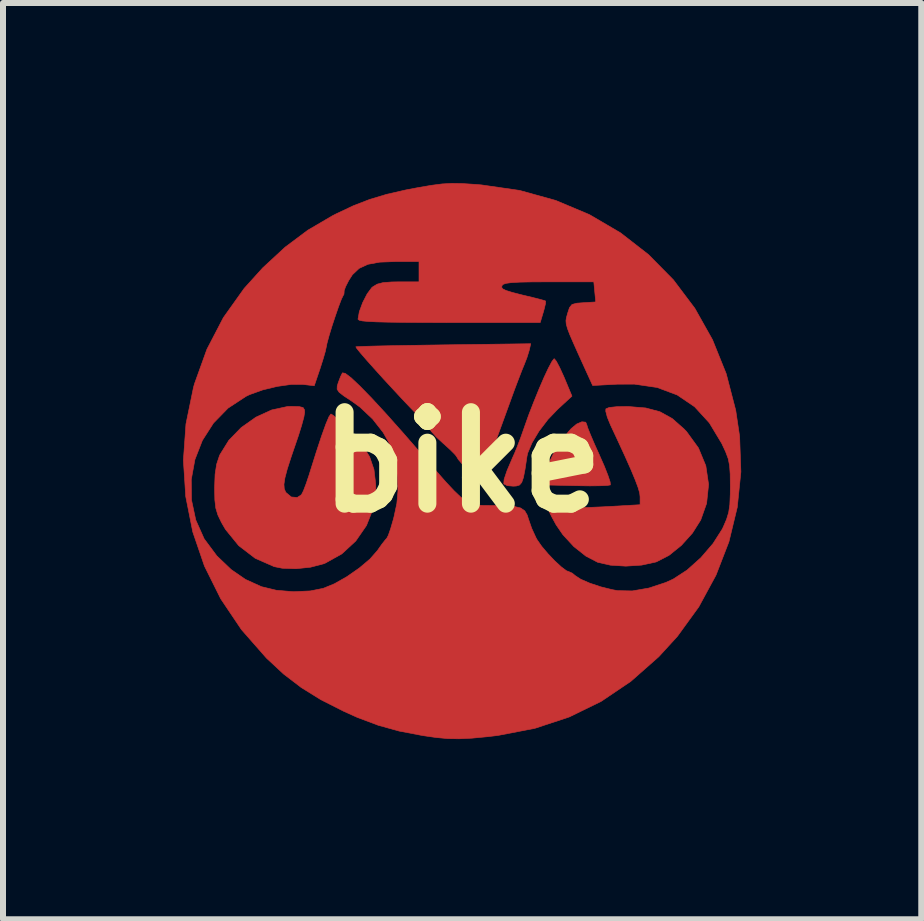
<source format=kicad_pcb>
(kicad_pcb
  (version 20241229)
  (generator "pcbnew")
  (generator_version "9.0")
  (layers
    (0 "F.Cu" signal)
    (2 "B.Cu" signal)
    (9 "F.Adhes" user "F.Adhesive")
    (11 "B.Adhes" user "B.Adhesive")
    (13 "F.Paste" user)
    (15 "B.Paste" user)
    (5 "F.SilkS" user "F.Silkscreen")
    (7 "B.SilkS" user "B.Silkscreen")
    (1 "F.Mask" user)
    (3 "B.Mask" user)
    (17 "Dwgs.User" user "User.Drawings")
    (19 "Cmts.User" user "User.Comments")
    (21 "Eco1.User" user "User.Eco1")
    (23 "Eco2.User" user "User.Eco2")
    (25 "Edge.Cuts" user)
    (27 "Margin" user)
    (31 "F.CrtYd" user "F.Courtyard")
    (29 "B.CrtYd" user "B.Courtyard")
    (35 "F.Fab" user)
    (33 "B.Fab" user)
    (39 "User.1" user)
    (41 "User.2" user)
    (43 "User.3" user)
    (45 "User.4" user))
  (footprint "bike"
    (layer "F.Cu")
    (at 4.65 4.651)
    (property "Reference" "bike" (at 0 0 0) (layer "F.SilkS") (effects (font (size 1.524 1.524) (thickness 0.3))))
    (attr through_hole)
    (fp_poly (pts (xy 2.057 -0.668) (xy 2.074 -0.629) (xy 2.091 -0.573) (xy 2.137 -0.458) (xy 2.205 -0.299) (xy 2.288 -0.115) (xy 2.288 -0.114) (xy 2.368 0.067) (xy 2.428 0.22) (xy 2.464 0.328) (xy 2.468 0.376) (xy 2.468 0.377) (xy 2.415 0.386) (xy 2.295 0.391) (xy 2.125 0.393) (xy 1.924 0.39) (xy 1.916 0.39) (xy 1.397 0.378) (xy 1.397 0.259) (xy 1.438 0.025) (xy 1.56 -0.229) (xy 1.765 -0.504) (xy 1.815 -0.561) (xy 1.906 -0.637) (xy 1.994 -0.675) (xy 2.057 -0.668)) (stroke (width 0.01) (type solid)) (fill yes) (layer "F.Cu"))
    (fp_poly (pts (xy 1.568 -1.683) (xy 1.622 -1.581) (xy 1.686 -1.441) (xy 1.701 -1.407) (xy 1.828 -1.102) (xy 1.593 -0.886) (xy 1.428 -0.714) (xy 1.279 -0.519) (xy 1.162 -0.324) (xy 1.09 -0.152) (xy 1.078 -0.095) (xy 1.047 0.113) (xy 1.02 0.253) (xy 0.991 0.336) (xy 0.954 0.379) (xy 0.901 0.395) (xy 0.851 0.398) (xy 0.75 0.389) (xy 0.694 0.361) (xy 0.692 0.358) (xy 0.698 0.283) (xy 0.747 0.138) (xy 0.838 -0.075) (xy 0.871 -0.148) (xy 0.914 -0.253) (xy 0.972 -0.405) (xy 1.031 -0.572) (xy 1.107 -0.787) (xy 1.193 -1.008) (xy 1.28 -1.222) (xy 1.363 -1.414) (xy 1.437 -1.572) (xy 1.495 -1.68) (xy 1.53 -1.725) (xy 1.534 -1.725) (xy 1.568 -1.683)) (stroke (width 0.01) (type solid)) (fill yes) (layer "F.Cu"))
    (fp_poly (pts (xy 2.766 -0.929) (xy 3.057 -0.905) (xy 3.293 -0.842) (xy 3.498 -0.729) (xy 3.696 -0.554) (xy 3.738 -0.51) (xy 3.935 -0.239) (xy 4.058 0.058) (xy 4.104 0.37) (xy 4.071 0.684) (xy 3.973 0.961) (xy 3.834 1.181) (xy 3.65 1.385) (xy 3.444 1.551) (xy 3.236 1.658) (xy 3.219 1.663) (xy 2.988 1.713) (xy 2.726 1.73) (xy 2.469 1.714) (xy 2.257 1.666) (xy 2.061 1.564) (xy 1.859 1.404) (xy 1.678 1.208) (xy 1.564 1.042) (xy 1.498 0.921) (xy 1.452 0.829) (xy 1.44 0.794) (xy 1.478 0.778) (xy 1.58 0.766) (xy 1.722 0.762) (xy 1.725 0.762) (xy 1.892 0.759) (xy 2.109 0.752) (xy 2.344 0.742) (xy 2.487 0.734) (xy 2.963 0.707) (xy 2.963 0.576) (xy 2.956 0.512) (xy 2.93 0.421) (xy 2.882 0.293) (xy 2.81 0.12) (xy 2.709 -0.107) (xy 2.576 -0.395) (xy 2.469 -0.624) (xy 2.417 -0.751) (xy 2.391 -0.85) (xy 2.393 -0.89) (xy 2.448 -0.913) (xy 2.573 -0.926) (xy 2.749 -0.929) (xy 2.766 -0.929)) (stroke (width 0.01) (type solid)) (fill yes) (layer "F.Cu"))
    (fp_poly (pts (xy 1.116 -1.866) (xy 1.079 -1.746) (xy 1.034 -1.63) (xy 0.995 -1.535) (xy 0.937 -1.385) (xy 0.869 -1.205) (xy 0.831 -1.101) (xy 0.693 -0.721) (xy 0.581 -0.415) (xy 0.492 -0.173) (xy 0.423 0.009) (xy 0.373 0.14) (xy 0.337 0.227) (xy 0.314 0.276) (xy 0.3 0.295) (xy 0.298 0.295) (xy 0.257 0.268) (xy 0.176 0.198) (xy 0.095 0.124) (xy -0.002 0.027) (xy -0.067 -0.049) (xy -0.085 -0.081) (xy -0.115 -0.124) (xy -0.194 -0.204) (xy -0.305 -0.305) (xy -0.318 -0.316) (xy -0.432 -0.422) (xy -0.515 -0.514) (xy -0.55 -0.573) (xy -0.55 -0.576) (xy -0.584 -0.645) (xy -0.608 -0.66) (xy -0.652 -0.696) (xy -0.739 -0.781) (xy -0.859 -0.904) (xy -1.002 -1.055) (xy -1.157 -1.222) (xy -1.315 -1.393) (xy -1.464 -1.558) (xy -1.595 -1.705) (xy -1.696 -1.822) (xy -1.758 -1.899) (xy -1.772 -1.924) (xy -1.727 -1.927) (xy -1.608 -1.932) (xy -1.424 -1.937) (xy -1.185 -1.942) (xy -0.9 -1.947) (xy -0.58 -1.952) (xy -0.308 -1.956) (xy 1.141 -1.975) (xy 1.116 -1.866)) (stroke (width 0.01) (type solid)) (fill yes) (layer "F.Cu"))
    (fp_poly (pts (xy -2.717 -0.928) (xy -2.651 -0.912) (xy -2.627 -0.873) (xy -2.625 -0.834) (xy -2.638 -0.753) (xy -2.675 -0.616) (xy -2.728 -0.446) (xy -2.758 -0.358) (xy -2.85 -0.089) (xy -2.915 0.113) (xy -2.954 0.261) (xy -2.97 0.366) (xy -2.965 0.44) (xy -2.942 0.495) (xy -2.935 0.505) (xy -2.847 0.578) (xy -2.748 0.586) (xy -2.678 0.54) (xy -2.645 0.475) (xy -2.599 0.354) (xy -2.548 0.202) (xy -2.545 0.191) (xy -2.433 -0.165) (xy -2.342 -0.441) (xy -2.271 -0.638) (xy -2.22 -0.759) (xy -2.188 -0.804) (xy -2.185 -0.804) (xy -2.141 -0.776) (xy -2.053 -0.699) (xy -1.937 -0.588) (xy -1.863 -0.514) (xy -1.67 -0.296) (xy -1.543 -0.092) (xy -1.47 0.121) (xy -1.441 0.368) (xy -1.439 0.457) (xy -1.48 0.763) (xy -1.595 1.053) (xy -1.774 1.312) (xy -2.006 1.526) (xy -2.282 1.68) (xy -2.313 1.692) (xy -2.528 1.748) (xy -2.769 1.773) (xy -2.998 1.765) (xy -3.133 1.738) (xy -3.449 1.599) (xy -3.723 1.389) (xy -3.943 1.119) (xy -4.01 1.004) (xy -4.07 0.879) (xy -4.105 0.764) (xy -4.121 0.628) (xy -4.125 0.441) (xy -4.125 0.423) (xy -4.117 0.2) (xy -4.091 0.032) (xy -4.044 -0.11) (xy -4.035 -0.129) (xy -3.888 -0.366) (xy -3.682 -0.578) (xy -3.438 -0.751) (xy -3.174 -0.872) (xy -2.911 -0.929) (xy -2.847 -0.931) (xy -2.717 -0.928)) (stroke (width 0.01) (type solid)) (fill yes) (layer "F.Cu"))
    (fp_poly (pts (xy 0.003 -4.643) (xy 0.222 -4.629) (xy 0.318 -4.621) (xy 0.956 -4.529) (xy 1.558 -4.362) (xy 2.119 -4.126) (xy 2.636 -3.823) (xy 3.103 -3.46) (xy 3.518 -3.039) (xy 3.875 -2.565) (xy 4.169 -2.042) (xy 4.398 -1.474) (xy 4.556 -0.866) (xy 4.621 -0.43) (xy 4.642 0.16) (xy 4.582 0.748) (xy 4.443 1.323) (xy 4.228 1.879) (xy 3.941 2.408) (xy 3.584 2.9) (xy 3.274 3.239) (xy 2.808 3.65) (xy 2.313 3.984) (xy 1.782 4.243) (xy 1.21 4.432) (xy 0.592 4.551) (xy 0.423 4.571) (xy 0.16 4.596) (xy -0.051 4.606) (xy -0.238 4.603) (xy -0.433 4.585) (xy -0.656 4.553) (xy -1.049 4.478) (xy -1.399 4.381) (xy -1.748 4.25) (xy -1.974 4.148) (xy -2.357 3.954) (xy -2.682 3.752) (xy -2.976 3.527) (xy -3.261 3.262) (xy -3.678 2.787) (xy -4.023 2.274) (xy -4.294 1.729) (xy -4.489 1.159) (xy -4.606 0.57) (xy -4.624 0.288) (xy -4.514 0.288) (xy -4.51 0.628) (xy -4.439 0.961) (xy -4.299 1.275) (xy -4.087 1.56) (xy -4.087 1.56) (xy -3.849 1.787) (xy -3.611 1.951) (xy -3.347 2.071) (xy -3.341 2.073) (xy -3.096 2.132) (xy -2.813 2.156) (xy -2.531 2.143) (xy -2.316 2.1) (xy -2.128 2.023) (xy -1.919 1.904) (xy -1.714 1.761) (xy -1.537 1.612) (xy -1.415 1.473) (xy -1.414 1.472) (xy -1.338 1.364) (xy -1.277 1.287) (xy -1.257 1.266) (xy -1.231 1.216) (xy -1.192 1.104) (xy -1.148 0.953) (xy -1.136 0.906) (xy -1.089 0.686) (xy -1.07 0.477) (xy -1.079 0.25) (xy -1.114 -0.027) (xy -1.117 -0.046) (xy -1.185 -0.263) (xy -1.316 -0.495) (xy -1.493 -0.721) (xy -1.703 -0.919) (xy -1.835 -1.015) (xy -1.973 -1.106) (xy -2.051 -1.167) (xy -2.084 -1.217) (xy -2.082 -1.271) (xy -2.065 -1.327) (xy -2.027 -1.427) (xy -1.996 -1.489) (xy -1.994 -1.49) (xy -1.948 -1.481) (xy -1.85 -1.407) (xy -1.704 -1.269) (xy -1.51 -1.07) (xy -1.27 -0.81) (xy -0.986 -0.491) (xy -0.664 -0.121) (xy -0.445 0.132) (xy -0.272 0.329) (xy -0.135 0.475) (xy -0.025 0.58) (xy 0.069 0.65) (xy 0.155 0.691) (xy 0.244 0.712) (xy 0.345 0.719) (xy 0.464 0.72) (xy 0.698 0.723) (xy 0.863 0.735) (xy 0.972 0.761) (xy 1.041 0.808) (xy 1.082 0.878) (xy 1.104 0.947) (xy 1.157 1.1) (xy 1.23 1.259) (xy 1.248 1.291) (xy 1.323 1.399) (xy 1.427 1.522) (xy 1.542 1.643) (xy 1.652 1.744) (xy 1.738 1.808) (xy 1.772 1.82) (xy 1.833 1.847) (xy 1.881 1.887) (xy 1.974 1.948) (xy 2.126 2.014) (xy 2.309 2.075) (xy 2.5 2.122) (xy 2.588 2.138) (xy 2.833 2.143) (xy 3.11 2.095) (xy 3.391 2.002) (xy 3.514 1.946) (xy 3.745 1.796) (xy 3.975 1.59) (xy 4.178 1.354) (xy 4.331 1.114) (xy 4.348 1.079) (xy 4.404 0.949) (xy 4.439 0.833) (xy 4.458 0.704) (xy 4.465 0.534) (xy 4.466 0.401) (xy 4.464 0.2) (xy 4.454 0.056) (xy 4.431 -0.06) (xy 4.388 -0.175) (xy 4.323 -0.314) (xy 4.117 -0.656) (xy 3.871 -0.925) (xy 3.582 -1.121) (xy 3.248 -1.246) (xy 2.867 -1.302) (xy 2.58 -1.301) (xy 2.173 -1.279) (xy 2.064 -1.518) (xy 1.944 -1.782) (xy 1.855 -1.981) (xy 1.792 -2.126) (xy 1.753 -2.229) (xy 1.733 -2.303) (xy 1.728 -2.358) (xy 1.735 -2.407) (xy 1.75 -2.461) (xy 1.754 -2.477) (xy 1.787 -2.577) (xy 1.829 -2.629) (xy 1.908 -2.65) (xy 2.013 -2.658) (xy 2.224 -2.671) (xy 2.208 -2.838) (xy 2.192 -3.006) (xy 1.439 -3.006) (xy 1.163 -3.005) (xy 0.959 -3.001) (xy 0.819 -2.993) (xy 0.729 -2.981) (xy 0.681 -2.964) (xy 0.662 -2.943) (xy 0.657 -2.914) (xy 0.676 -2.888) (xy 0.73 -2.862) (xy 0.833 -2.83) (xy 0.996 -2.788) (xy 1.164 -2.748) (xy 1.287 -2.717) (xy 1.37 -2.694) (xy 1.389 -2.686) (xy 1.387 -2.643) (xy 1.364 -2.548) (xy 1.351 -2.502) (xy 1.299 -2.328) (xy -0.218 -2.328) (xy -0.629 -2.329) (xy -0.962 -2.331) (xy -1.224 -2.334) (xy -1.424 -2.339) (xy -1.567 -2.346) (xy -1.663 -2.355) (xy -1.716 -2.367) (xy -1.735 -2.382) (xy -1.736 -2.384) (xy -1.714 -2.509) (xy -1.658 -2.661) (xy -1.584 -2.805) (xy -1.507 -2.909) (xy -1.493 -2.921) (xy -1.418 -2.967) (xy -1.319 -2.993) (xy -1.175 -3.004) (xy -1.053 -3.006) (xy -0.72 -3.006) (xy -0.72 -3.344) (xy -1.111 -3.344) (xy -1.375 -3.334) (xy -1.572 -3.298) (xy -1.718 -3.23) (xy -1.829 -3.125) (xy -1.891 -3.028) (xy -1.944 -2.924) (xy -1.968 -2.855) (xy -1.967 -2.841) (xy -1.971 -2.797) (xy -1.984 -2.777) (xy -2.014 -2.714) (xy -2.06 -2.593) (xy -2.114 -2.437) (xy -2.17 -2.268) (xy -2.218 -2.11) (xy -2.252 -1.985) (xy -2.263 -1.929) (xy -2.281 -1.846) (xy -2.32 -1.712) (xy -2.369 -1.558) (xy -2.465 -1.275) (xy -2.661 -1.298) (xy -2.851 -1.297) (xy -3.083 -1.264) (xy -3.323 -1.206) (xy -3.54 -1.128) (xy -3.601 -1.099) (xy -3.901 -0.902) (xy -4.144 -0.653) (xy -4.329 -0.364) (xy -4.453 -0.046) (xy -4.514 0.288) (xy -4.624 0.288) (xy -4.645 -0.032) (xy -4.602 -0.639) (xy -4.477 -1.247) (xy -4.46 -1.308) (xy -4.253 -1.883) (xy -3.979 -2.41) (xy -3.632 -2.897) (xy -3.323 -3.239) (xy -2.951 -3.583) (xy -2.573 -3.866) (xy -2.16 -4.108) (xy -2.095 -4.141) (xy -1.811 -4.275) (xy -1.541 -4.379) (xy -1.259 -4.464) (xy -0.935 -4.538) (xy -0.735 -4.576) (xy -0.513 -4.614) (xy -0.335 -4.637) (xy -0.173 -4.646) (xy 0.003 -4.643)) (stroke (width 0.01) (type solid)) (fill yes) (layer "F.Cu"))
    (fp_poly (pts (xy 0.003 -4.643) (xy 0.222 -4.629) (xy 0.318 -4.621) (xy 0.956 -4.529) (xy 1.558 -4.362) (xy 2.119 -4.126) (xy 2.636 -3.823) (xy 3.103 -3.46) (xy 3.518 -3.039) (xy 3.875 -2.565) (xy 4.169 -2.042) (xy 4.398 -1.474) (xy 4.556 -0.866) (xy 4.621 -0.43) (xy 4.642 0.16) (xy 4.582 0.748) (xy 4.443 1.323) (xy 4.228 1.879) (xy 3.941 2.408) (xy 3.584 2.9) (xy 3.274 3.239) (xy 2.808 3.65) (xy 2.313 3.984) (xy 1.782 4.243) (xy 1.21 4.432) (xy 0.592 4.551) (xy 0.423 4.571) (xy 0.16 4.596) (xy -0.051 4.606) (xy -0.238 4.603) (xy -0.433 4.585) (xy -0.656 4.553) (xy -1.049 4.478) (xy -1.399 4.381) (xy -1.748 4.25) (xy -1.974 4.148) (xy -2.357 3.954) (xy -2.682 3.752) (xy -2.976 3.527) (xy -3.261 3.262) (xy -3.678 2.787) (xy -4.023 2.274) (xy -4.294 1.729) (xy -4.489 1.159) (xy -4.606 0.57) (xy -4.645 -0.032) (xy -4.602 -0.639) (xy -4.477 -1.247) (xy -4.46 -1.308) (xy -4.253 -1.883) (xy -3.979 -2.41) (xy -3.632 -2.897) (xy -3.323 -3.239) (xy -2.951 -3.583) (xy -2.573 -3.866) (xy -2.16 -4.108) (xy -2.095 -4.141) (xy -1.811 -4.275) (xy -1.541 -4.379) (xy -1.259 -4.464) (xy -0.935 -4.538) (xy -0.735 -4.576) (xy -0.513 -4.614) (xy -0.335 -4.637) (xy -0.173 -4.646) (xy 0.003 -4.643)) (stroke (width 0.01) (type solid)) (fill yes) (layer "F.Mask")))
  (gr_rect
    (start -3 -3)
    (end 12.297 12.263)
    (stroke (width 0.1) (type default))
    (fill no)
    (layer "Edge.Cuts")))
</source>
